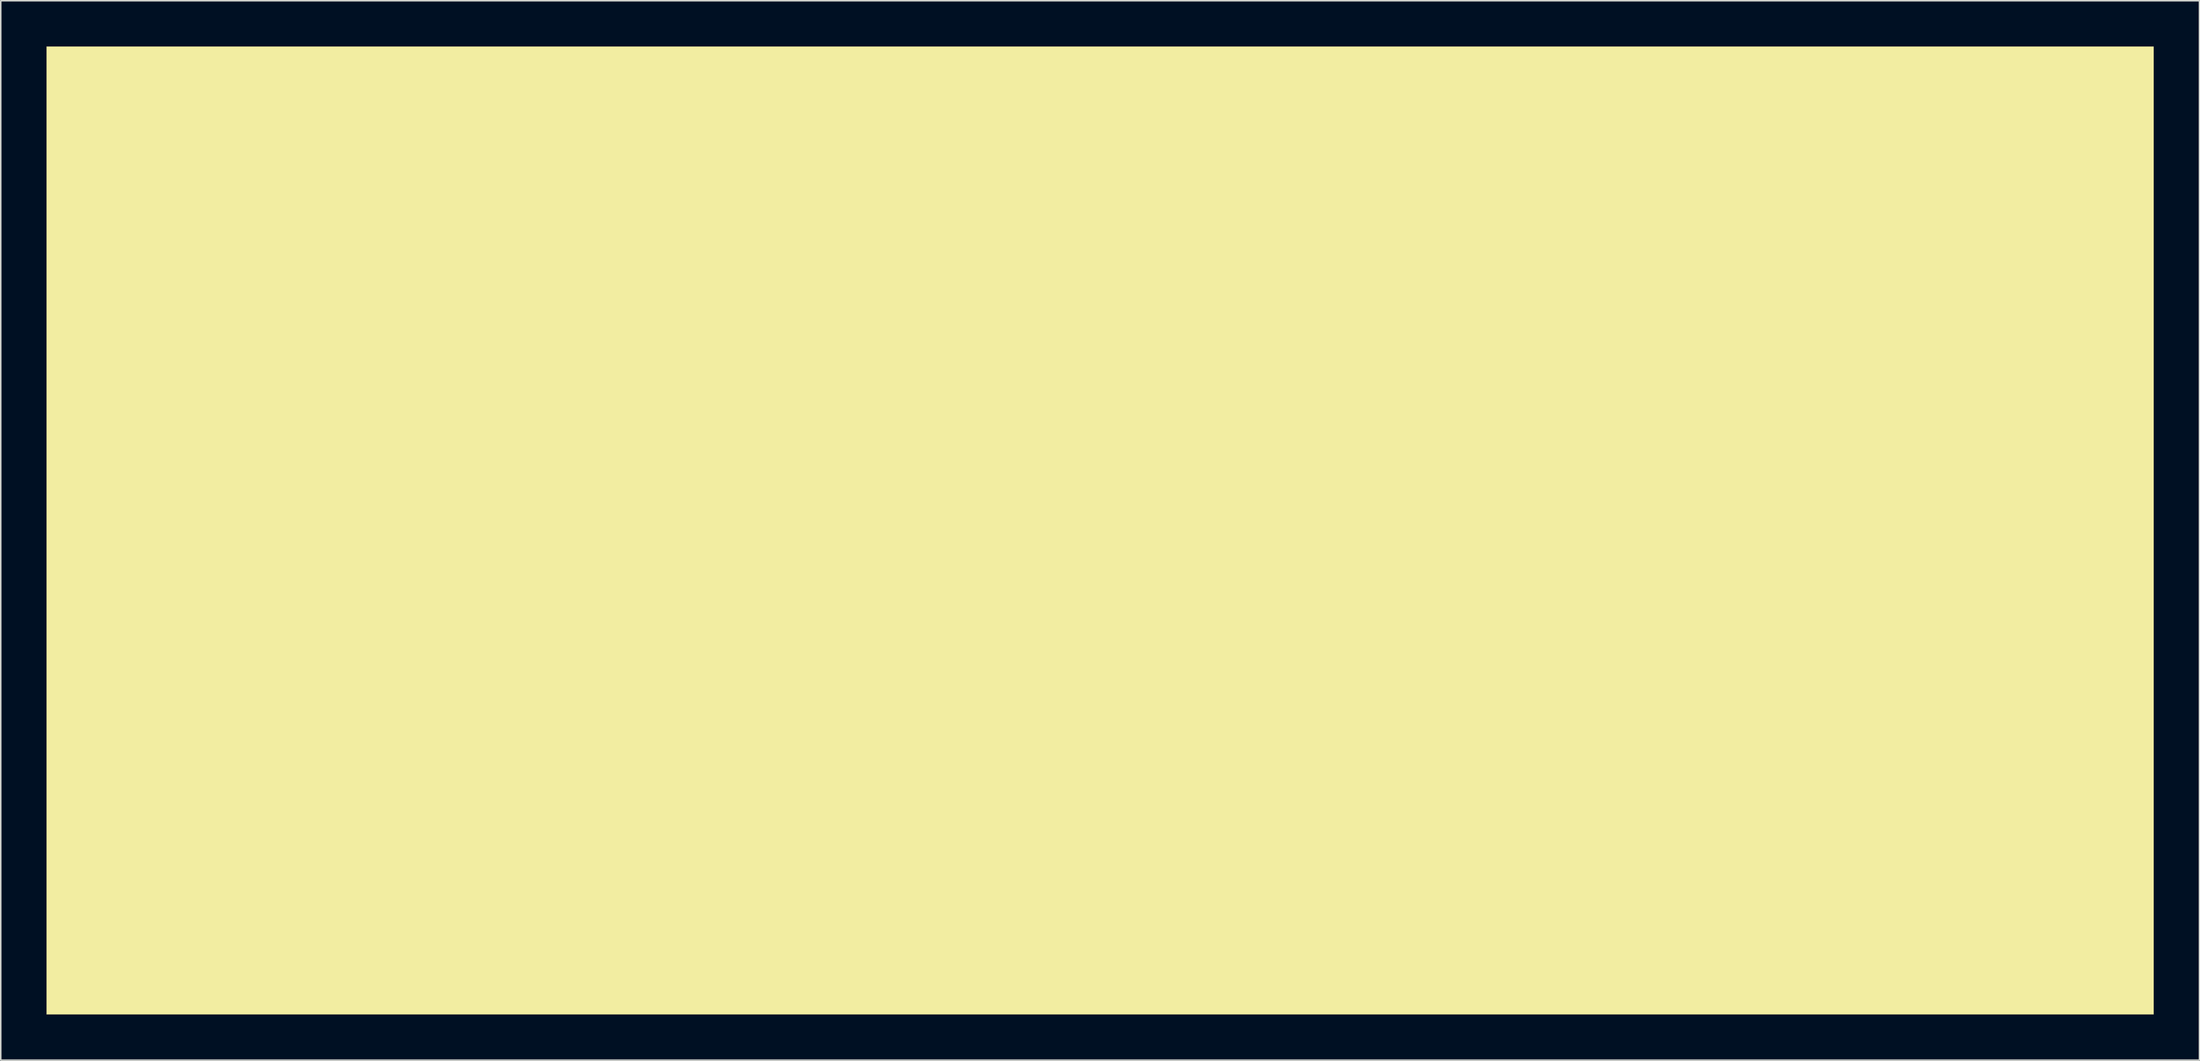
<source format=kicad_pcb>
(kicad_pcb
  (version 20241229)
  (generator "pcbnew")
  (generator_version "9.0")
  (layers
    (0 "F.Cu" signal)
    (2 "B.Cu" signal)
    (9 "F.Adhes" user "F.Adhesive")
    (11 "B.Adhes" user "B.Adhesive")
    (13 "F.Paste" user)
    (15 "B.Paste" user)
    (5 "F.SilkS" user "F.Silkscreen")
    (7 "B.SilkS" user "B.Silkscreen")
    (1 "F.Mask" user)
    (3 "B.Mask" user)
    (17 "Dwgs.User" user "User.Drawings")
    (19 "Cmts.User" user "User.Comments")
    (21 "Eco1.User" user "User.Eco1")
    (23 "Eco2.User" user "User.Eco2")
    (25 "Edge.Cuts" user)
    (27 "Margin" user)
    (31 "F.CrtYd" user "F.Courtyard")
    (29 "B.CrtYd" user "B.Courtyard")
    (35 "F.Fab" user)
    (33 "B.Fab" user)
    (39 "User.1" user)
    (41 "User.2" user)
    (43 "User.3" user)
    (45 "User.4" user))
  (footprint "Mainframe_Logo"
    (layer "F.Cu")
    (at 69.093 31.755)
    (property "Reference" "Mainframe_Logo" (at 0 0 0) (layer "F.SilkS") (effects (font (size 1.524 1.524) (thickness 0.3))))
    (attr through_hole)
    (fp_poly (pts (xy 69.088 31.75) (xy -69.088 31.75) (xy -69.088 -31.75) (xy 69.088 -31.75) (xy 69.088 31.75)) (stroke (width 0.01) (type solid)) (fill yes) (layer "F.SilkS")))
  (gr_rect
    (start -3 -3)
    (end 141.186 66.51)
    (stroke (width 0.1) (type default))
    (fill no)
    (layer "Edge.Cuts")))
</source>
